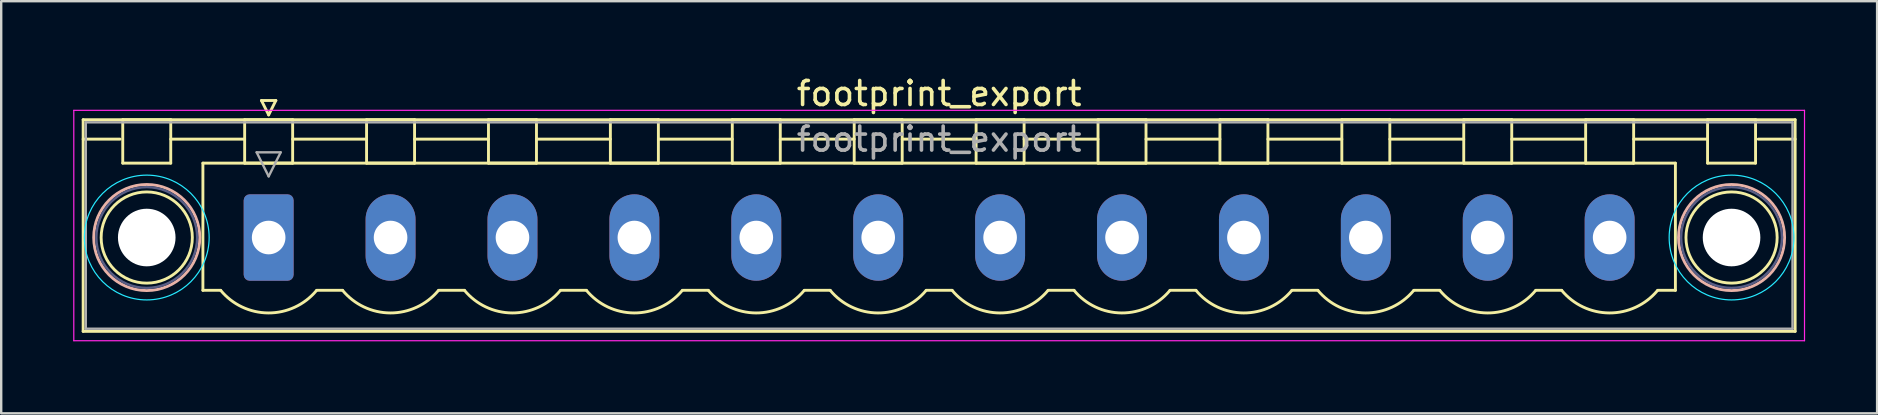
<source format=kicad_pcb>
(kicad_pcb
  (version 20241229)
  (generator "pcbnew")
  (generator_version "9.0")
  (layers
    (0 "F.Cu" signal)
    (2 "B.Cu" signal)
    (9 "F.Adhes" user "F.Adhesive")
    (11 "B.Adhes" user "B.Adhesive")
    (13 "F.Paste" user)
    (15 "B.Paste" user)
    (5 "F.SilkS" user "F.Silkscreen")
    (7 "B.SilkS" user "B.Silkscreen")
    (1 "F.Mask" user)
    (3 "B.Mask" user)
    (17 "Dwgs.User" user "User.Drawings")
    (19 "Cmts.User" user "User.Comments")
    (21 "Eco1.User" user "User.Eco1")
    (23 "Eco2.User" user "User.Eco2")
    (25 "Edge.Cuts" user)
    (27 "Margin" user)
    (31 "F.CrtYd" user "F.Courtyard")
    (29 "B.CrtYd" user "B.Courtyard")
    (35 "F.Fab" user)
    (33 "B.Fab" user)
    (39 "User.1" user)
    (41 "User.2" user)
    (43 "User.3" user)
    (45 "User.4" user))
  (footprint "footprint_export"
    (layer "F.Cu")
    (at 8.145 6.848)
    (property "Reference" "footprint_export" (at 27.94 -6 0) (layer "F.SilkS") (effects (font (size 1 1) (thickness 0.15))))
    (attr through_hole)
    (fp_line (start -7.73 -4.91) (end -7.73 3.91) (stroke (width 0.12) (type solid)) (layer "F.SilkS"))
    (fp_line (start -7.73 -4.1) (end -6.19 -4.1) (stroke (width 0.12) (type solid)) (layer "F.SilkS"))
    (fp_line (start -7.73 3.91) (end 63.61 3.91) (stroke (width 0.12) (type solid)) (layer "F.SilkS"))
    (fp_line (start -6.08 -4.91) (end -4.08 -4.91) (stroke (width 0.12) (type solid)) (layer "F.SilkS"))
    (fp_line (start -6.08 -3.1) (end -6.08 -4.91) (stroke (width 0.12) (type solid)) (layer "F.SilkS"))
    (fp_line (start -4.08 -4.91) (end -4.08 -3.1) (stroke (width 0.12) (type solid)) (layer "F.SilkS"))
    (fp_line (start -4.08 -4.1) (end -1 -4.1) (stroke (width 0.12) (type solid)) (layer "F.SilkS"))
    (fp_line (start -4.08 -3.1) (end -6.08 -3.1) (stroke (width 0.12) (type solid)) (layer "F.SilkS"))
    (fp_line (start -2.74 -3.1) (end 58.62 -3.1) (stroke (width 0.12) (type solid)) (layer "F.SilkS"))
    (fp_line (start -2.74 2.2) (end -2.74 -3.1) (stroke (width 0.12) (type solid)) (layer "F.SilkS"))
    (fp_line (start -2 2.2) (end -2.74 2.2) (stroke (width 0.12) (type solid)) (layer "F.SilkS"))
    (fp_line (start -1 -4.91) (end 1 -4.91) (stroke (width 0.12) (type solid)) (layer "F.SilkS"))
    (fp_line (start -1 -3.1) (end -1 -4.91) (stroke (width 0.12) (type solid)) (layer "F.SilkS"))
    (fp_line (start -0.3 -5.71) (end 0.3 -5.71) (stroke (width 0.12) (type solid)) (layer "F.SilkS"))
    (fp_line (start 0 -5.11) (end -0.3 -5.71) (stroke (width 0.12) (type solid)) (layer "F.SilkS"))
    (fp_line (start 0.3 -5.71) (end 0 -5.11) (stroke (width 0.12) (type solid)) (layer "F.SilkS"))
    (fp_line (start 1 -4.91) (end 1 -3.1) (stroke (width 0.12) (type solid)) (layer "F.SilkS"))
    (fp_line (start 1 -4.1) (end 4.08 -4.1) (stroke (width 0.12) (type solid)) (layer "F.SilkS"))
    (fp_line (start 1 -3.1) (end -1 -3.1) (stroke (width 0.12) (type solid)) (layer "F.SilkS"))
    (fp_line (start 2 2.2) (end 3.08 2.2) (stroke (width 0.12) (type solid)) (layer "F.SilkS"))
    (fp_line (start 4.08 -4.91) (end 6.08 -4.91) (stroke (width 0.12) (type solid)) (layer "F.SilkS"))
    (fp_line (start 4.08 -3.1) (end 4.08 -4.91) (stroke (width 0.12) (type solid)) (layer "F.SilkS"))
    (fp_line (start 6.08 -4.91) (end 6.08 -3.1) (stroke (width 0.12) (type solid)) (layer "F.SilkS"))
    (fp_line (start 6.08 -4.1) (end 9.16 -4.1) (stroke (width 0.12) (type solid)) (layer "F.SilkS"))
    (fp_line (start 6.08 -3.1) (end 4.08 -3.1) (stroke (width 0.12) (type solid)) (layer "F.SilkS"))
    (fp_line (start 7.08 2.2) (end 8.16 2.2) (stroke (width 0.12) (type solid)) (layer "F.SilkS"))
    (fp_line (start 9.16 -4.91) (end 11.16 -4.91) (stroke (width 0.12) (type solid)) (layer "F.SilkS"))
    (fp_line (start 9.16 -3.1) (end 9.16 -4.91) (stroke (width 0.12) (type solid)) (layer "F.SilkS"))
    (fp_line (start 11.16 -4.91) (end 11.16 -3.1) (stroke (width 0.12) (type solid)) (layer "F.SilkS"))
    (fp_line (start 11.16 -4.1) (end 14.24 -4.1) (stroke (width 0.12) (type solid)) (layer "F.SilkS"))
    (fp_line (start 11.16 -3.1) (end 9.16 -3.1) (stroke (width 0.12) (type solid)) (layer "F.SilkS"))
    (fp_line (start 12.16 2.2) (end 13.24 2.2) (stroke (width 0.12) (type solid)) (layer "F.SilkS"))
    (fp_line (start 14.24 -4.91) (end 16.24 -4.91) (stroke (width 0.12) (type solid)) (layer "F.SilkS"))
    (fp_line (start 14.24 -3.1) (end 14.24 -4.91) (stroke (width 0.12) (type solid)) (layer "F.SilkS"))
    (fp_line (start 16.24 -4.91) (end 16.24 -3.1) (stroke (width 0.12) (type solid)) (layer "F.SilkS"))
    (fp_line (start 16.24 -4.1) (end 19.32 -4.1) (stroke (width 0.12) (type solid)) (layer "F.SilkS"))
    (fp_line (start 16.24 -3.1) (end 14.24 -3.1) (stroke (width 0.12) (type solid)) (layer "F.SilkS"))
    (fp_line (start 17.24 2.2) (end 18.32 2.2) (stroke (width 0.12) (type solid)) (layer "F.SilkS"))
    (fp_line (start 19.32 -4.91) (end 21.32 -4.91) (stroke (width 0.12) (type solid)) (layer "F.SilkS"))
    (fp_line (start 19.32 -3.1) (end 19.32 -4.91) (stroke (width 0.12) (type solid)) (layer "F.SilkS"))
    (fp_line (start 21.32 -4.91) (end 21.32 -3.1) (stroke (width 0.12) (type solid)) (layer "F.SilkS"))
    (fp_line (start 21.32 -4.1) (end 24.4 -4.1) (stroke (width 0.12) (type solid)) (layer "F.SilkS"))
    (fp_line (start 21.32 -3.1) (end 19.32 -3.1) (stroke (width 0.12) (type solid)) (layer "F.SilkS"))
    (fp_line (start 22.32 2.2) (end 23.4 2.2) (stroke (width 0.12) (type solid)) (layer "F.SilkS"))
    (fp_line (start 24.4 -4.91) (end 26.4 -4.91) (stroke (width 0.12) (type solid)) (layer "F.SilkS"))
    (fp_line (start 24.4 -3.1) (end 24.4 -4.91) (stroke (width 0.12) (type solid)) (layer "F.SilkS"))
    (fp_line (start 26.4 -4.91) (end 26.4 -3.1) (stroke (width 0.12) (type solid)) (layer "F.SilkS"))
    (fp_line (start 26.4 -4.1) (end 29.48 -4.1) (stroke (width 0.12) (type solid)) (layer "F.SilkS"))
    (fp_line (start 26.4 -3.1) (end 24.4 -3.1) (stroke (width 0.12) (type solid)) (layer "F.SilkS"))
    (fp_line (start 27.4 2.2) (end 28.48 2.2) (stroke (width 0.12) (type solid)) (layer "F.SilkS"))
    (fp_line (start 29.48 -4.91) (end 31.48 -4.91) (stroke (width 0.12) (type solid)) (layer "F.SilkS"))
    (fp_line (start 29.48 -3.1) (end 29.48 -4.91) (stroke (width 0.12) (type solid)) (layer "F.SilkS"))
    (fp_line (start 31.48 -4.91) (end 31.48 -3.1) (stroke (width 0.12) (type solid)) (layer "F.SilkS"))
    (fp_line (start 31.48 -4.1) (end 34.56 -4.1) (stroke (width 0.12) (type solid)) (layer "F.SilkS"))
    (fp_line (start 31.48 -3.1) (end 29.48 -3.1) (stroke (width 0.12) (type solid)) (layer "F.SilkS"))
    (fp_line (start 32.48 2.2) (end 33.56 2.2) (stroke (width 0.12) (type solid)) (layer "F.SilkS"))
    (fp_line (start 34.56 -4.91) (end 36.56 -4.91) (stroke (width 0.12) (type solid)) (layer "F.SilkS"))
    (fp_line (start 34.56 -3.1) (end 34.56 -4.91) (stroke (width 0.12) (type solid)) (layer "F.SilkS"))
    (fp_line (start 36.56 -4.91) (end 36.56 -3.1) (stroke (width 0.12) (type solid)) (layer "F.SilkS"))
    (fp_line (start 36.56 -4.1) (end 39.64 -4.1) (stroke (width 0.12) (type solid)) (layer "F.SilkS"))
    (fp_line (start 36.56 -3.1) (end 34.56 -3.1) (stroke (width 0.12) (type solid)) (layer "F.SilkS"))
    (fp_line (start 37.56 2.2) (end 38.64 2.2) (stroke (width 0.12) (type solid)) (layer "F.SilkS"))
    (fp_line (start 39.64 -4.91) (end 41.64 -4.91) (stroke (width 0.12) (type solid)) (layer "F.SilkS"))
    (fp_line (start 39.64 -3.1) (end 39.64 -4.91) (stroke (width 0.12) (type solid)) (layer "F.SilkS"))
    (fp_line (start 41.64 -4.91) (end 41.64 -3.1) (stroke (width 0.12) (type solid)) (layer "F.SilkS"))
    (fp_line (start 41.64 -4.1) (end 44.72 -4.1) (stroke (width 0.12) (type solid)) (layer "F.SilkS"))
    (fp_line (start 41.64 -3.1) (end 39.64 -3.1) (stroke (width 0.12) (type solid)) (layer "F.SilkS"))
    (fp_line (start 42.64 2.2) (end 43.72 2.2) (stroke (width 0.12) (type solid)) (layer "F.SilkS"))
    (fp_line (start 44.72 -4.91) (end 46.72 -4.91) (stroke (width 0.12) (type solid)) (layer "F.SilkS"))
    (fp_line (start 44.72 -3.1) (end 44.72 -4.91) (stroke (width 0.12) (type solid)) (layer "F.SilkS"))
    (fp_line (start 46.72 -4.91) (end 46.72 -3.1) (stroke (width 0.12) (type solid)) (layer "F.SilkS"))
    (fp_line (start 46.72 -4.1) (end 49.8 -4.1) (stroke (width 0.12) (type solid)) (layer "F.SilkS"))
    (fp_line (start 46.72 -3.1) (end 44.72 -3.1) (stroke (width 0.12) (type solid)) (layer "F.SilkS"))
    (fp_line (start 47.72 2.2) (end 48.8 2.2) (stroke (width 0.12) (type solid)) (layer "F.SilkS"))
    (fp_line (start 49.8 -4.91) (end 51.8 -4.91) (stroke (width 0.12) (type solid)) (layer "F.SilkS"))
    (fp_line (start 49.8 -3.1) (end 49.8 -4.91) (stroke (width 0.12) (type solid)) (layer "F.SilkS"))
    (fp_line (start 51.8 -4.91) (end 51.8 -3.1) (stroke (width 0.12) (type solid)) (layer "F.SilkS"))
    (fp_line (start 51.8 -4.1) (end 54.88 -4.1) (stroke (width 0.12) (type solid)) (layer "F.SilkS"))
    (fp_line (start 51.8 -3.1) (end 49.8 -3.1) (stroke (width 0.12) (type solid)) (layer "F.SilkS"))
    (fp_line (start 52.8 2.2) (end 53.88 2.2) (stroke (width 0.12) (type solid)) (layer "F.SilkS"))
    (fp_line (start 54.88 -4.91) (end 56.88 -4.91) (stroke (width 0.12) (type solid)) (layer "F.SilkS"))
    (fp_line (start 54.88 -3.1) (end 54.88 -4.91) (stroke (width 0.12) (type solid)) (layer "F.SilkS"))
    (fp_line (start 56.88 -4.91) (end 56.88 -3.1) (stroke (width 0.12) (type solid)) (layer "F.SilkS"))
    (fp_line (start 56.88 -4.1) (end 59.96 -4.1) (stroke (width 0.12) (type solid)) (layer "F.SilkS"))
    (fp_line (start 56.88 -3.1) (end 54.88 -3.1) (stroke (width 0.12) (type solid)) (layer "F.SilkS"))
    (fp_line (start 58.62 -3.1) (end 58.62 2.2) (stroke (width 0.12) (type solid)) (layer "F.SilkS"))
    (fp_line (start 58.62 2.2) (end 57.88 2.2) (stroke (width 0.12) (type solid)) (layer "F.SilkS"))
    (fp_line (start 59.96 -4.91) (end 61.96 -4.91) (stroke (width 0.12) (type solid)) (layer "F.SilkS"))
    (fp_line (start 59.96 -3.1) (end 59.96 -4.91) (stroke (width 0.12) (type solid)) (layer "F.SilkS"))
    (fp_line (start 61.96 -4.91) (end 61.96 -3.1) (stroke (width 0.12) (type solid)) (layer "F.SilkS"))
    (fp_line (start 61.96 -3.1) (end 59.96 -3.1) (stroke (width 0.12) (type solid)) (layer "F.SilkS"))
    (fp_line (start 63.61 -4.91) (end -7.73 -4.91) (stroke (width 0.12) (type solid)) (layer "F.SilkS"))
    (fp_line (start 63.61 -4.1) (end 62.07 -4.1) (stroke (width 0.12) (type solid)) (layer "F.SilkS"))
    (fp_line (start 63.61 3.91) (end 63.61 -4.91) (stroke (width 0.12) (type solid)) (layer "F.SilkS"))
    (fp_arc (start 1.986842 2.215821) (mid -0.010289 3.142758) (end -2 2.2) (stroke (width 0.12) (type solid)) (layer "F.SilkS"))
    (fp_arc (start 7.066842 2.215821) (mid 5.069711 3.142758) (end 3.08 2.2) (stroke (width 0.12) (type solid)) (layer "F.SilkS"))
    (fp_arc (start 12.146842 2.215821) (mid 10.149711 3.142758) (end 8.16 2.2) (stroke (width 0.12) (type solid)) (layer "F.SilkS"))
    (fp_arc (start 17.226842 2.215821) (mid 15.229711 3.142758) (end 13.24 2.2) (stroke (width 0.12) (type solid)) (layer "F.SilkS"))
    (fp_arc (start 22.306842 2.215821) (mid 20.309711 3.142758) (end 18.32 2.2) (stroke (width 0.12) (type solid)) (layer "F.SilkS"))
    (fp_arc (start 27.386842 2.215821) (mid 25.389711 3.142758) (end 23.4 2.2) (stroke (width 0.12) (type solid)) (layer "F.SilkS"))
    (fp_arc (start 32.466842 2.215821) (mid 30.469711 3.142758) (end 28.48 2.2) (stroke (width 0.12) (type solid)) (layer "F.SilkS"))
    (fp_arc (start 37.546842 2.215821) (mid 35.549711 3.142758) (end 33.56 2.2) (stroke (width 0.12) (type solid)) (layer "F.SilkS"))
    (fp_arc (start 42.626842 2.215821) (mid 40.629711 3.142758) (end 38.64 2.2) (stroke (width 0.12) (type solid)) (layer "F.SilkS"))
    (fp_arc (start 47.706842 2.215821) (mid 45.709711 3.142758) (end 43.72 2.2) (stroke (width 0.12) (type solid)) (layer "F.SilkS"))
    (fp_arc (start 52.786842 2.215821) (mid 50.789711 3.142758) (end 48.8 2.2) (stroke (width 0.12) (type solid)) (layer "F.SilkS"))
    (fp_arc (start 57.866842 2.215821) (mid 55.869711 3.142758) (end 53.88 2.2) (stroke (width 0.12) (type solid)) (layer "F.SilkS"))
    (fp_circle (center -5.08 0) (end -3.18 0) (stroke (width 0.12) (type solid)) (fill no) (layer "F.SilkS"))
    (fp_circle (center 60.96 0) (end 62.86 0) (stroke (width 0.12) (type solid)) (fill no) (layer "F.SilkS"))
    (fp_circle (center -5.08 0) (end -2.87 0) (stroke (width 0.12) (type solid)) (fill no) (layer "B.SilkS"))
    (fp_circle (center 60.96 0) (end 63.17 0) (stroke (width 0.12) (type solid)) (fill no) (layer "B.SilkS"))
    (fp_circle (center -5.08 0) (end -2.48 0) (stroke (width 0.05) (type solid)) (fill no) (layer "B.CrtYd"))
    (fp_circle (center 60.96 0) (end 63.56 0) (stroke (width 0.05) (type solid)) (fill no) (layer "B.CrtYd"))
    (fp_line (start -8.12 -5.3) (end -8.12 4.3) (stroke (width 0.05) (type solid)) (layer "F.CrtYd"))
    (fp_line (start -8.12 4.3) (end 64 4.3) (stroke (width 0.05) (type solid)) (layer "F.CrtYd"))
    (fp_line (start 64 -5.3) (end -8.12 -5.3) (stroke (width 0.05) (type solid)) (layer "F.CrtYd"))
    (fp_line (start 64 4.3) (end 64 -5.3) (stroke (width 0.05) (type solid)) (layer "F.CrtYd"))
    (fp_circle (center -5.08 0) (end -2.98 0) (stroke (width 0.1) (type solid)) (fill no) (layer "B.Fab"))
    (fp_circle (center 60.96 0) (end 63.06 0) (stroke (width 0.1) (type solid)) (fill no) (layer "B.Fab"))
    (fp_line (start -7.62 -4.8) (end -7.62 3.8) (stroke (width 0.1) (type solid)) (layer "F.Fab"))
    (fp_line (start -7.62 3.8) (end 63.5 3.8) (stroke (width 0.1) (type solid)) (layer "F.Fab"))
    (fp_line (start -0.5 -3.55) (end 0.5 -3.55) (stroke (width 0.1) (type solid)) (layer "F.Fab"))
    (fp_line (start 0 -2.55) (end -0.5 -3.55) (stroke (width 0.1) (type solid)) (layer "F.Fab"))
    (fp_line (start 0.5 -3.55) (end 0 -2.55) (stroke (width 0.1) (type solid)) (layer "F.Fab"))
    (fp_line (start 63.5 -4.8) (end -7.62 -4.8) (stroke (width 0.1) (type solid)) (layer "F.Fab"))
    (fp_line (start 63.5 3.8) (end 63.5 -4.8) (stroke (width 0.1) (type solid)) (layer "F.Fab"))
    (fp_text user "${REFERENCE}" (at 27.94 -4.1 0) (layer "F.Fab") (effects (font (size 1 1) (thickness 0.15))))
    (pad "" np_thru_hole circle (at -5.08 0) (size 2.4 2.4) (drill 2.4) (layers "*.Cu" "*.Mask"))
    (pad "" np_thru_hole circle (at 60.96 0) (size 2.4 2.4) (drill 2.4) (layers "*.Cu" "*.Mask"))
    (pad "1" thru_hole roundrect (at 0 0) (size 2.08 3.6) (drill 1.4) (layers "*.Cu" "*.Mask") (roundrect_rratio 0.12))
    (pad "2" thru_hole oval (at 5.08 0) (size 2.08 3.6) (drill 1.4) (layers "*.Cu" "*.Mask"))
    (pad "3" thru_hole oval (at 10.16 0) (size 2.08 3.6) (drill 1.4) (layers "*.Cu" "*.Mask"))
    (pad "4" thru_hole oval (at 15.24 0) (size 2.08 3.6) (drill 1.4) (layers "*.Cu" "*.Mask"))
    (pad "5" thru_hole oval (at 20.32 0) (size 2.08 3.6) (drill 1.4) (layers "*.Cu" "*.Mask"))
    (pad "6" thru_hole oval (at 25.4 0) (size 2.08 3.6) (drill 1.4) (layers "*.Cu" "*.Mask"))
    (pad "7" thru_hole oval (at 30.48 0) (size 2.08 3.6) (drill 1.4) (layers "*.Cu" "*.Mask"))
    (pad "8" thru_hole oval (at 35.56 0) (size 2.08 3.6) (drill 1.4) (layers "*.Cu" "*.Mask"))
    (pad "9" thru_hole oval (at 40.64 0) (size 2.08 3.6) (drill 1.4) (layers "*.Cu" "*.Mask"))
    (pad "10" thru_hole oval (at 45.72 0) (size 2.08 3.6) (drill 1.4) (layers "*.Cu" "*.Mask"))
    (pad "11" thru_hole oval (at 50.8 0) (size 2.08 3.6) (drill 1.4) (layers "*.Cu" "*.Mask"))
    (pad "12" thru_hole oval (at 55.88 0) (size 2.08 3.6) (drill 1.4) (layers "*.Cu" "*.Mask")))
  (gr_rect
    (start -3 -3)
    (end 75.17 14.173)
    (stroke (width 0.1) (type default))
    (fill no)
    (layer "Edge.Cuts")))
</source>
